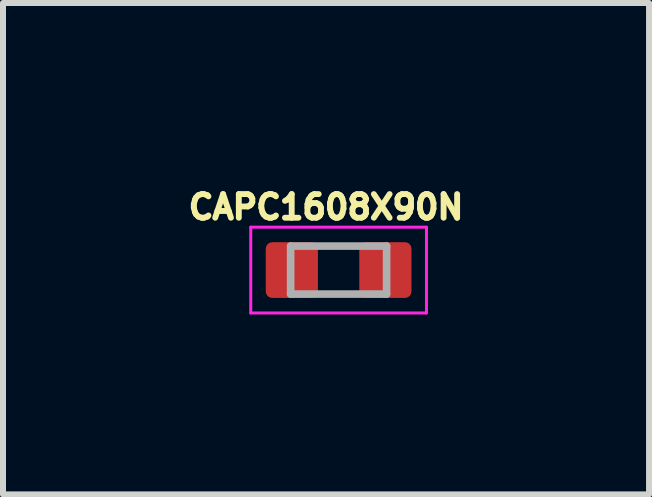
<source format=kicad_pcb>
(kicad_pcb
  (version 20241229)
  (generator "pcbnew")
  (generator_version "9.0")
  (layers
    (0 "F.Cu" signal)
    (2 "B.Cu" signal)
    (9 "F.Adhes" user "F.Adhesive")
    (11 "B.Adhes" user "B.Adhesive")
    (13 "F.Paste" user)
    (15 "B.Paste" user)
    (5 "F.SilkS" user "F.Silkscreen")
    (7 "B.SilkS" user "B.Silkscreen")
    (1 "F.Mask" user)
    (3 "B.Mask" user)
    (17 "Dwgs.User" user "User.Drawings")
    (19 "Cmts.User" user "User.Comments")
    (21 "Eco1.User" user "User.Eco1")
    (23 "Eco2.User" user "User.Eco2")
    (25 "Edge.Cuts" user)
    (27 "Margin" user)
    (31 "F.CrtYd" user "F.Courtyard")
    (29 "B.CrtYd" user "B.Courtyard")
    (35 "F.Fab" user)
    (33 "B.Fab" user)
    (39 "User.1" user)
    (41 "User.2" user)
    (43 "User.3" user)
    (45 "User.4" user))
  (footprint "CAPC1608X90N"
    (layer "F.Cu")
    (at 2.596 1.453)
    (property "Reference" "CAPC1608X90N" (at -0.21 -1.05 0) (layer "F.SilkS") (effects (font (size 0.394 0.394) (thickness 0.098))))
    (attr smd)
    (fp_line (start -1.465 -0.715) (end 1.465 -0.715) (stroke (width 0.05) (type solid)) (layer "F.CrtYd"))
    (fp_line (start -1.465 0.715) (end -1.465 -0.715) (stroke (width 0.05) (type solid)) (layer "F.CrtYd"))
    (fp_line (start -1.465 0.715) (end 1.465 0.715) (stroke (width 0.05) (type solid)) (layer "F.CrtYd"))
    (fp_line (start 1.465 0.715) (end 1.465 -0.715) (stroke (width 0.05) (type solid)) (layer "F.CrtYd"))
    (fp_line (start -0.8 0.4) (end -0.8 -0.4) (stroke (width 0.127) (type solid)) (layer "F.Fab"))
    (fp_line (start 0.8 -0.4) (end -0.8 -0.4) (stroke (width 0.127) (type solid)) (layer "F.Fab"))
    (fp_line (start 0.8 0.4) (end -0.8 0.4) (stroke (width 0.127) (type solid)) (layer "F.Fab"))
    (fp_line (start 0.8 0.4) (end 0.8 -0.4) (stroke (width 0.127) (type solid)) (layer "F.Fab"))
    (pad "1" smd roundrect (at -0.78 0) (size 0.87 0.93) (layers "F.Cu" "F.Mask" "F.Paste") (roundrect_rratio 0.125))
    (pad "2" smd roundrect (at 0.78 0) (size 0.87 0.93) (layers "F.Cu" "F.Mask" "F.Paste") (roundrect_rratio 0.125)))
  (gr_rect
    (start -3 -3)
    (end 7.772 5.193)
    (stroke (width 0.1) (type default))
    (fill no)
    (layer "Edge.Cuts")))
</source>
